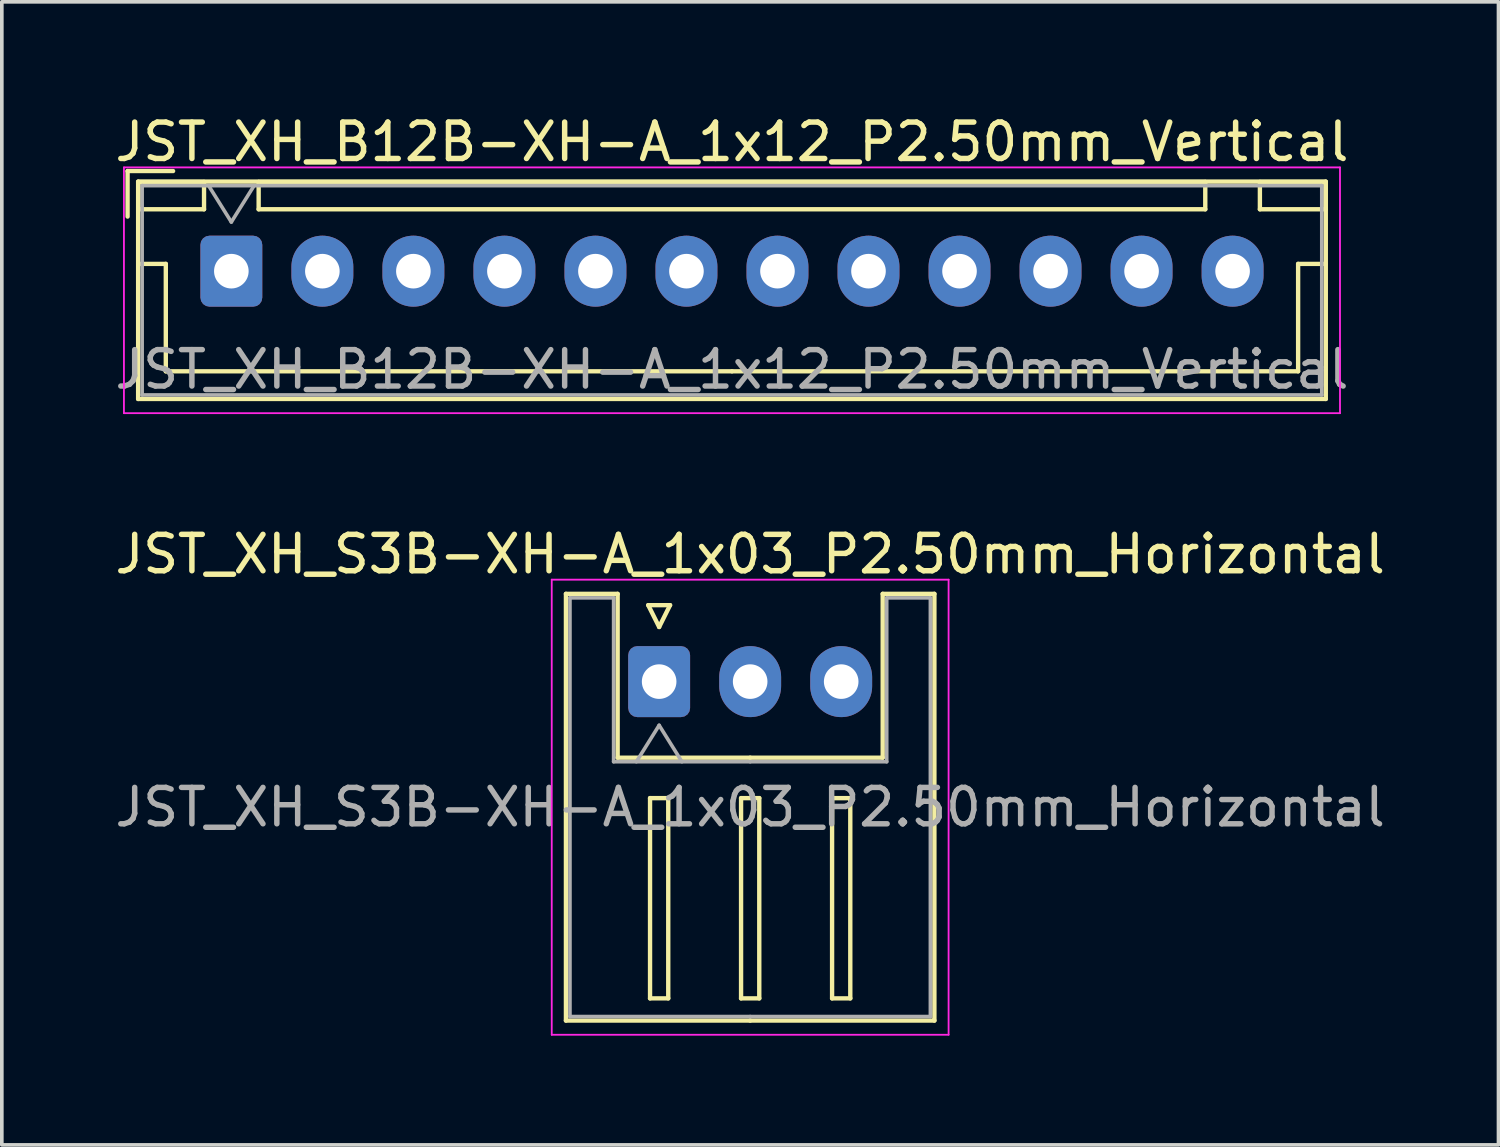
<source format=kicad_pcb>
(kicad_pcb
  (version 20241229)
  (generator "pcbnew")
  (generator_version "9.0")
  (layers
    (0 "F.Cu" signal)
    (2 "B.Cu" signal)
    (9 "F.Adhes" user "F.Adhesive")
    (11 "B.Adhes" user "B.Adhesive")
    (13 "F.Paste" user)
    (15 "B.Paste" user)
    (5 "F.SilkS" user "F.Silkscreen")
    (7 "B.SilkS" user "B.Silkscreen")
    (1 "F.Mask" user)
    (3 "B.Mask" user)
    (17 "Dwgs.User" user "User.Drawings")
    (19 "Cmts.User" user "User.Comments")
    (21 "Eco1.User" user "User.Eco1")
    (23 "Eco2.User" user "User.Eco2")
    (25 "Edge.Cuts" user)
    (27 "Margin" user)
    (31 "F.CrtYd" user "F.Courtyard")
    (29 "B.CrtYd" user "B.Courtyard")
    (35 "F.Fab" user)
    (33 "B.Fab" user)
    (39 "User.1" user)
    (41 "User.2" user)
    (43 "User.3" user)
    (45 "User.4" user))
  (footprint "JST_XH_S3B-XH-A_1x03_P2.50mm_Horizontal"
    (layer "F.Cu")
    (at 15.054 15.671)
    (property "Reference" "JST_XH_S3B-XH-A_1x03_P2.50mm_Horizontal" (at 2.5 -3.5 0) (layer "F.SilkS") (effects (font (size 1 1) (thickness 0.15))))
    (attr through_hole)
    (fp_line (start -2.56 -2.41) (end -1.14 -2.41) (stroke (width 0.12) (type solid)) (layer "F.SilkS"))
    (fp_line (start -2.56 9.31) (end -2.56 -2.41) (stroke (width 0.12) (type solid)) (layer "F.SilkS"))
    (fp_line (start -1.14 -2.41) (end -1.14 2.09) (stroke (width 0.12) (type solid)) (layer "F.SilkS"))
    (fp_line (start -1.14 2.09) (end 2.5 2.09) (stroke (width 0.12) (type solid)) (layer "F.SilkS"))
    (fp_line (start -0.3 -2.1) (end 0.3 -2.1) (stroke (width 0.12) (type solid)) (layer "F.SilkS"))
    (fp_line (start -0.25 3.2) (end -0.25 8.7) (stroke (width 0.12) (type solid)) (layer "F.SilkS"))
    (fp_line (start -0.25 8.7) (end 0.25 8.7) (stroke (width 0.12) (type solid)) (layer "F.SilkS"))
    (fp_line (start 0 -1.5) (end -0.3 -2.1) (stroke (width 0.12) (type solid)) (layer "F.SilkS"))
    (fp_line (start 0.25 3.2) (end -0.25 3.2) (stroke (width 0.12) (type solid)) (layer "F.SilkS"))
    (fp_line (start 0.25 8.7) (end 0.25 3.2) (stroke (width 0.12) (type solid)) (layer "F.SilkS"))
    (fp_line (start 0.3 -2.1) (end 0 -1.5) (stroke (width 0.12) (type solid)) (layer "F.SilkS"))
    (fp_line (start 2.25 3.2) (end 2.25 8.7) (stroke (width 0.12) (type solid)) (layer "F.SilkS"))
    (fp_line (start 2.25 8.7) (end 2.75 8.7) (stroke (width 0.12) (type solid)) (layer "F.SilkS"))
    (fp_line (start 2.5 9.31) (end -2.56 9.31) (stroke (width 0.12) (type solid)) (layer "F.SilkS"))
    (fp_line (start 2.5 9.31) (end 7.56 9.31) (stroke (width 0.12) (type solid)) (layer "F.SilkS"))
    (fp_line (start 2.75 3.2) (end 2.25 3.2) (stroke (width 0.12) (type solid)) (layer "F.SilkS"))
    (fp_line (start 2.75 8.7) (end 2.75 3.2) (stroke (width 0.12) (type solid)) (layer "F.SilkS"))
    (fp_line (start 4.75 3.2) (end 4.75 8.7) (stroke (width 0.12) (type solid)) (layer "F.SilkS"))
    (fp_line (start 4.75 8.7) (end 5.25 8.7) (stroke (width 0.12) (type solid)) (layer "F.SilkS"))
    (fp_line (start 5.25 3.2) (end 4.75 3.2) (stroke (width 0.12) (type solid)) (layer "F.SilkS"))
    (fp_line (start 5.25 8.7) (end 5.25 3.2) (stroke (width 0.12) (type solid)) (layer "F.SilkS"))
    (fp_line (start 6.14 -2.41) (end 6.14 2.09) (stroke (width 0.12) (type solid)) (layer "F.SilkS"))
    (fp_line (start 6.14 2.09) (end 2.5 2.09) (stroke (width 0.12) (type solid)) (layer "F.SilkS"))
    (fp_line (start 7.56 -2.41) (end 6.14 -2.41) (stroke (width 0.12) (type solid)) (layer "F.SilkS"))
    (fp_line (start 7.56 9.31) (end 7.56 -2.41) (stroke (width 0.12) (type solid)) (layer "F.SilkS"))
    (fp_line (start -2.95 -2.8) (end -2.95 9.7) (stroke (width 0.05) (type solid)) (layer "F.CrtYd"))
    (fp_line (start -2.95 9.7) (end 7.95 9.7) (stroke (width 0.05) (type solid)) (layer "F.CrtYd"))
    (fp_line (start 7.95 -2.8) (end -2.95 -2.8) (stroke (width 0.05) (type solid)) (layer "F.CrtYd"))
    (fp_line (start 7.95 9.7) (end 7.95 -2.8) (stroke (width 0.05) (type solid)) (layer "F.CrtYd"))
    (fp_line (start -2.45 -2.3) (end -1.25 -2.3) (stroke (width 0.1) (type solid)) (layer "F.Fab"))
    (fp_line (start -2.45 9.2) (end -2.45 -2.3) (stroke (width 0.1) (type solid)) (layer "F.Fab"))
    (fp_line (start -1.25 -2.3) (end -1.25 2.2) (stroke (width 0.1) (type solid)) (layer "F.Fab"))
    (fp_line (start -1.25 2.2) (end 2.5 2.2) (stroke (width 0.1) (type solid)) (layer "F.Fab"))
    (fp_line (start -0.625 2.2) (end 0 1.2) (stroke (width 0.1) (type solid)) (layer "F.Fab"))
    (fp_line (start 0 1.2) (end 0.625 2.2) (stroke (width 0.1) (type solid)) (layer "F.Fab"))
    (fp_line (start 2.5 9.2) (end -2.45 9.2) (stroke (width 0.1) (type solid)) (layer "F.Fab"))
    (fp_line (start 2.5 9.2) (end 7.45 9.2) (stroke (width 0.1) (type solid)) (layer "F.Fab"))
    (fp_line (start 6.25 -2.3) (end 6.25 2.2) (stroke (width 0.1) (type solid)) (layer "F.Fab"))
    (fp_line (start 6.25 2.2) (end 2.5 2.2) (stroke (width 0.1) (type solid)) (layer "F.Fab"))
    (fp_line (start 7.45 -2.3) (end 6.25 -2.3) (stroke (width 0.1) (type solid)) (layer "F.Fab"))
    (fp_line (start 7.45 9.2) (end 7.45 -2.3) (stroke (width 0.1) (type solid)) (layer "F.Fab"))
    (fp_text user "${REFERENCE}" (at 2.5 3.45 0) (layer "F.Fab") (effects (font (size 1 1) (thickness 0.15))))
    (pad "1" thru_hole roundrect (at 0 0) (size 1.7 1.95) (drill 0.95) (layers "*.Cu" "*.Mask") (roundrect_rratio 0.147))
    (pad "2" thru_hole oval (at 2.5 0) (size 1.7 1.95) (drill 0.95) (layers "*.Cu" "*.Mask"))
    (pad "3" thru_hole oval (at 5 0) (size 1.7 1.95) (drill 0.95) (layers "*.Cu" "*.Mask")))
  (footprint "JST_XH_B12B-XH-A_1x12_P2.50mm_Vertical"
    (layer "F.Cu")
    (at 3.304 4.398)
    (property "Reference" "JST_XH_B12B-XH-A_1x12_P2.50mm_Vertical" (at 13.75 -3.55 0) (layer "F.SilkS") (effects (font (size 1 1) (thickness 0.15))))
    (attr through_hole)
    (fp_line (start -2.85 -2.75) (end -2.85 -1.5) (stroke (width 0.12) (type solid)) (layer "F.SilkS"))
    (fp_line (start -2.56 -2.46) (end -2.56 3.51) (stroke (width 0.12) (type solid)) (layer "F.SilkS"))
    (fp_line (start -2.56 3.51) (end 30.06 3.51) (stroke (width 0.12) (type solid)) (layer "F.SilkS"))
    (fp_line (start -2.55 -2.45) (end -2.55 -1.7) (stroke (width 0.12) (type solid)) (layer "F.SilkS"))
    (fp_line (start -2.55 -1.7) (end -0.75 -1.7) (stroke (width 0.12) (type solid)) (layer "F.SilkS"))
    (fp_line (start -2.55 -0.2) (end -1.8 -0.2) (stroke (width 0.12) (type solid)) (layer "F.SilkS"))
    (fp_line (start -1.8 -0.2) (end -1.8 2.75) (stroke (width 0.12) (type solid)) (layer "F.SilkS"))
    (fp_line (start -1.8 2.75) (end 13.75 2.75) (stroke (width 0.12) (type solid)) (layer "F.SilkS"))
    (fp_line (start -1.6 -2.75) (end -2.85 -2.75) (stroke (width 0.12) (type solid)) (layer "F.SilkS"))
    (fp_line (start -0.75 -2.45) (end -2.55 -2.45) (stroke (width 0.12) (type solid)) (layer "F.SilkS"))
    (fp_line (start -0.75 -1.7) (end -0.75 -2.45) (stroke (width 0.12) (type solid)) (layer "F.SilkS"))
    (fp_line (start 0.75 -2.45) (end 0.75 -1.7) (stroke (width 0.12) (type solid)) (layer "F.SilkS"))
    (fp_line (start 0.75 -1.7) (end 26.75 -1.7) (stroke (width 0.12) (type solid)) (layer "F.SilkS"))
    (fp_line (start 26.75 -2.45) (end 0.75 -2.45) (stroke (width 0.12) (type solid)) (layer "F.SilkS"))
    (fp_line (start 26.75 -1.7) (end 26.75 -2.45) (stroke (width 0.12) (type solid)) (layer "F.SilkS"))
    (fp_line (start 28.25 -2.45) (end 28.25 -1.7) (stroke (width 0.12) (type solid)) (layer "F.SilkS"))
    (fp_line (start 28.25 -1.7) (end 30.05 -1.7) (stroke (width 0.12) (type solid)) (layer "F.SilkS"))
    (fp_line (start 29.3 -0.2) (end 29.3 2.75) (stroke (width 0.12) (type solid)) (layer "F.SilkS"))
    (fp_line (start 29.3 2.75) (end 13.75 2.75) (stroke (width 0.12) (type solid)) (layer "F.SilkS"))
    (fp_line (start 30.05 -2.45) (end 28.25 -2.45) (stroke (width 0.12) (type solid)) (layer "F.SilkS"))
    (fp_line (start 30.05 -1.7) (end 30.05 -2.45) (stroke (width 0.12) (type solid)) (layer "F.SilkS"))
    (fp_line (start 30.05 -0.2) (end 29.3 -0.2) (stroke (width 0.12) (type solid)) (layer "F.SilkS"))
    (fp_line (start 30.06 -2.46) (end -2.56 -2.46) (stroke (width 0.12) (type solid)) (layer "F.SilkS"))
    (fp_line (start 30.06 3.51) (end 30.06 -2.46) (stroke (width 0.12) (type solid)) (layer "F.SilkS"))
    (fp_line (start -2.95 -2.85) (end -2.95 3.9) (stroke (width 0.05) (type solid)) (layer "F.CrtYd"))
    (fp_line (start -2.95 3.9) (end 30.45 3.9) (stroke (width 0.05) (type solid)) (layer "F.CrtYd"))
    (fp_line (start 30.45 -2.85) (end -2.95 -2.85) (stroke (width 0.05) (type solid)) (layer "F.CrtYd"))
    (fp_line (start 30.45 3.9) (end 30.45 -2.85) (stroke (width 0.05) (type solid)) (layer "F.CrtYd"))
    (fp_line (start -2.45 -2.35) (end -2.45 3.4) (stroke (width 0.1) (type solid)) (layer "F.Fab"))
    (fp_line (start -2.45 3.4) (end 29.95 3.4) (stroke (width 0.1) (type solid)) (layer "F.Fab"))
    (fp_line (start -0.625 -2.35) (end 0 -1.35) (stroke (width 0.1) (type solid)) (layer "F.Fab"))
    (fp_line (start 0 -1.35) (end 0.625 -2.35) (stroke (width 0.1) (type solid)) (layer "F.Fab"))
    (fp_line (start 29.95 -2.35) (end -2.45 -2.35) (stroke (width 0.1) (type solid)) (layer "F.Fab"))
    (fp_line (start 29.95 3.4) (end 29.95 -2.35) (stroke (width 0.1) (type solid)) (layer "F.Fab"))
    (fp_text user "${REFERENCE}" (at 13.75 2.7 0) (layer "F.Fab") (effects (font (size 1 1) (thickness 0.15))))
    (pad "1" thru_hole roundrect (at 0 0) (size 1.7 1.95) (drill 0.95) (layers "*.Cu" "*.Mask") (roundrect_rratio 0.147))
    (pad "2" thru_hole oval (at 2.5 0) (size 1.7 1.95) (drill 0.95) (layers "*.Cu" "*.Mask"))
    (pad "3" thru_hole oval (at 5 0) (size 1.7 1.95) (drill 0.95) (layers "*.Cu" "*.Mask"))
    (pad "4" thru_hole oval (at 7.5 0) (size 1.7 1.95) (drill 0.95) (layers "*.Cu" "*.Mask"))
    (pad "5" thru_hole oval (at 10 0) (size 1.7 1.95) (drill 0.95) (layers "*.Cu" "*.Mask"))
    (pad "6" thru_hole oval (at 12.5 0) (size 1.7 1.95) (drill 0.95) (layers "*.Cu" "*.Mask"))
    (pad "7" thru_hole oval (at 15 0) (size 1.7 1.95) (drill 0.95) (layers "*.Cu" "*.Mask"))
    (pad "8" thru_hole oval (at 17.5 0) (size 1.7 1.95) (drill 0.95) (layers "*.Cu" "*.Mask"))
    (pad "9" thru_hole oval (at 20 0) (size 1.7 1.95) (drill 0.95) (layers "*.Cu" "*.Mask"))
    (pad "10" thru_hole oval (at 22.5 0) (size 1.7 1.95) (drill 0.95) (layers "*.Cu" "*.Mask"))
    (pad "11" thru_hole oval (at 25 0) (size 1.7 1.95) (drill 0.95) (layers "*.Cu" "*.Mask"))
    (pad "12" thru_hole oval (at 27.5 0) (size 1.7 1.95) (drill 0.95) (layers "*.Cu" "*.Mask")))
  (gr_rect
    (start -3 -3)
    (end 38.107 28.396)
    (stroke (width 0.1) (type default))
    (fill no)
    (layer "Edge.Cuts")))
</source>
